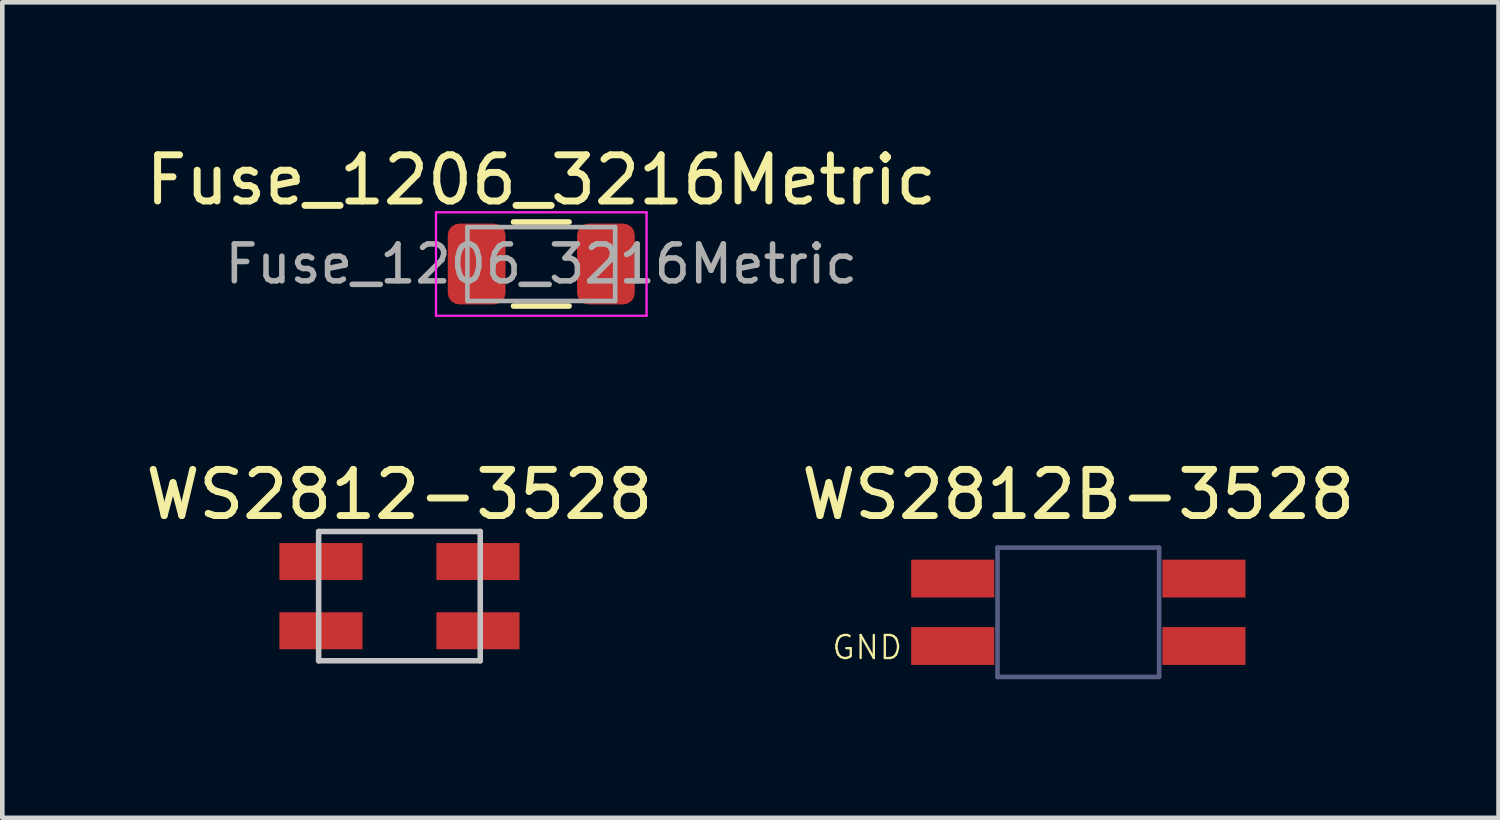
<source format=kicad_pcb>
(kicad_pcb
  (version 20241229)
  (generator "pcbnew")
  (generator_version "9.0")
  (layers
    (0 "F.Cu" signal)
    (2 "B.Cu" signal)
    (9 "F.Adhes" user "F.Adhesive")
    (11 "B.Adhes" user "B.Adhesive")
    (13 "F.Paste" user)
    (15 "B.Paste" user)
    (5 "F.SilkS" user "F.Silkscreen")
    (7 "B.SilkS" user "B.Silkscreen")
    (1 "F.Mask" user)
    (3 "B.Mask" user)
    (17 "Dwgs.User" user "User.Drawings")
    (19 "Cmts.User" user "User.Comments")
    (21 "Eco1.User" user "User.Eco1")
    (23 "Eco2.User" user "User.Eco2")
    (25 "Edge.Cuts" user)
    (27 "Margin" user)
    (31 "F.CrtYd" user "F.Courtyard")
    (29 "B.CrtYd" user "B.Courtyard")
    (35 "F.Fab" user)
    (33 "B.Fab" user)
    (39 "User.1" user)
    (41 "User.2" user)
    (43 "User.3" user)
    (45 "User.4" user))
  (footprint "Fuse_1206_3216Metric"
    (layer "F.Cu")
    (at 8.673 2.668)
    (property "Reference" "Fuse_1206_3216Metric" (at 0 -1.82 0) (layer "F.SilkS") (effects (font (size 1 1) (thickness 0.15))))
    (attr smd)
    (fp_line (start -0.602 -0.91) (end 0.602 -0.91) (stroke (width 0.12) (type solid)) (layer "F.SilkS"))
    (fp_line (start -0.602 0.91) (end 0.602 0.91) (stroke (width 0.12) (type solid)) (layer "F.SilkS"))
    (fp_line (start -2.28 -1.12) (end 2.28 -1.12) (stroke (width 0.05) (type solid)) (layer "F.CrtYd"))
    (fp_line (start -2.28 1.12) (end -2.28 -1.12) (stroke (width 0.05) (type solid)) (layer "F.CrtYd"))
    (fp_line (start 2.28 -1.12) (end 2.28 1.12) (stroke (width 0.05) (type solid)) (layer "F.CrtYd"))
    (fp_line (start 2.28 1.12) (end -2.28 1.12) (stroke (width 0.05) (type solid)) (layer "F.CrtYd"))
    (fp_line (start -1.6 -0.8) (end 1.6 -0.8) (stroke (width 0.1) (type solid)) (layer "F.Fab"))
    (fp_line (start -1.6 0.8) (end -1.6 -0.8) (stroke (width 0.1) (type solid)) (layer "F.Fab"))
    (fp_line (start 1.6 -0.8) (end 1.6 0.8) (stroke (width 0.1) (type solid)) (layer "F.Fab"))
    (fp_line (start 1.6 0.8) (end -1.6 0.8) (stroke (width 0.1) (type solid)) (layer "F.Fab"))
    (fp_text user "${REFERENCE}" (at 0 0 0) (layer "F.Fab") (effects (font (size 0.8 0.8) (thickness 0.12))))
    (pad "1" smd roundrect (at -1.4 0) (size 1.25 1.75) (layers "F.Cu" "F.Mask" "F.Paste") (roundrect_rratio 0.2))
    (pad "2" smd roundrect (at 1.4 0) (size 1.25 1.75) (layers "F.Cu" "F.Mask" "F.Paste") (roundrect_rratio 0.2)))
  (footprint "WS2812B-3528"
    (layer "F.Cu")
    (at 20.304 10.211)
    (property "Reference" "WS2812B-3528" (at 0 -2.55 0) (unlocked yes) (layer "F.SilkS") (effects (font (size 1 1) (thickness 0.15))))
    (attr through_hole)
    (fp_line (start -1.75 -1.4) (end -1.75 1.4) (stroke (width 0.1) (type solid)) (layer "B.Fab"))
    (fp_line (start -1.75 1.4) (end 1.75 1.4) (stroke (width 0.1) (type solid)) (layer "B.Fab"))
    (fp_line (start 1.75 -1.4) (end -1.75 -1.4) (stroke (width 0.1) (type solid)) (layer "B.Fab"))
    (fp_line (start 1.75 1.4) (end 1.75 -1.4) (stroke (width 0.1) (type solid)) (layer "B.Fab"))
    (fp_text user "GND" (at -4.572 0.762 0) (unlocked yes) (layer "F.SilkS") (effects (font (size 0.5 0.5) (thickness 0.05))))
    (pad "1" smd rect (at 2.72 -0.73) (size 1.8 0.82) (layers "F.Cu" "F.Mask" "F.Paste"))
    (pad "2" smd rect (at 2.72 0.73) (size 1.8 0.82) (layers "F.Cu" "F.Mask" "F.Paste"))
    (pad "3" smd rect (at -2.72 0.73) (size 1.8 0.82) (layers "F.Cu" "F.Mask" "F.Paste"))
    (pad "4" smd rect (at -2.72 -0.73) (size 1.8 0.82) (layers "F.Cu" "F.Mask" "F.Paste")))
  (footprint "WS2812-3528"
    (layer "F.Cu")
    (at 5.601 9.861)
    (property "Reference" "WS2812-3528" (at 0 -2.2 0) (unlocked yes) (layer "F.SilkS") (effects (font (size 1 1) (thickness 0.15))))
    (attr through_hole)
    (fp_line (start -1.75 1.4) (end -1.75 -1.4) (stroke (width 0.12) (type solid)) (layer "Dwgs.User"))
    (fp_line (start 1.75 -1.4) (end -1.75 -1.4) (stroke (width 0.12) (type solid)) (layer "Dwgs.User"))
    (fp_line (start 1.75 1.4) (end -1.75 1.4) (stroke (width 0.12) (type solid)) (layer "Dwgs.User"))
    (fp_line (start 1.75 1.4) (end 1.75 -1.4) (stroke (width 0.12) (type solid)) (layer "Dwgs.User"))
    (fp_text user "GND" (at 3.5 0.8 0) (unlocked yes) (layer "F.Mask") (effects (font (size 0.5 0.5) (thickness 0.05))))
    (pad "1" smd rect (at -1.7 -0.75) (size 1.8 0.8) (layers "F.Cu" "F.Mask" "F.Paste"))
    (pad "2" smd rect (at -1.7 0.75) (size 1.8 0.8) (layers "F.Cu" "F.Mask" "F.Paste"))
    (pad "3" smd rect (at 1.7 0.75) (size 1.8 0.8) (layers "F.Cu" "F.Mask" "F.Paste"))
    (pad "4" smd rect (at 1.7 -0.75) (size 1.8 0.8) (layers "F.Cu" "F.Mask" "F.Paste")))
  (gr_rect
    (start -3 -3)
    (end 29.405 14.662)
    (stroke (width 0.1) (type default))
    (fill no)
    (layer "Edge.Cuts")))
</source>
